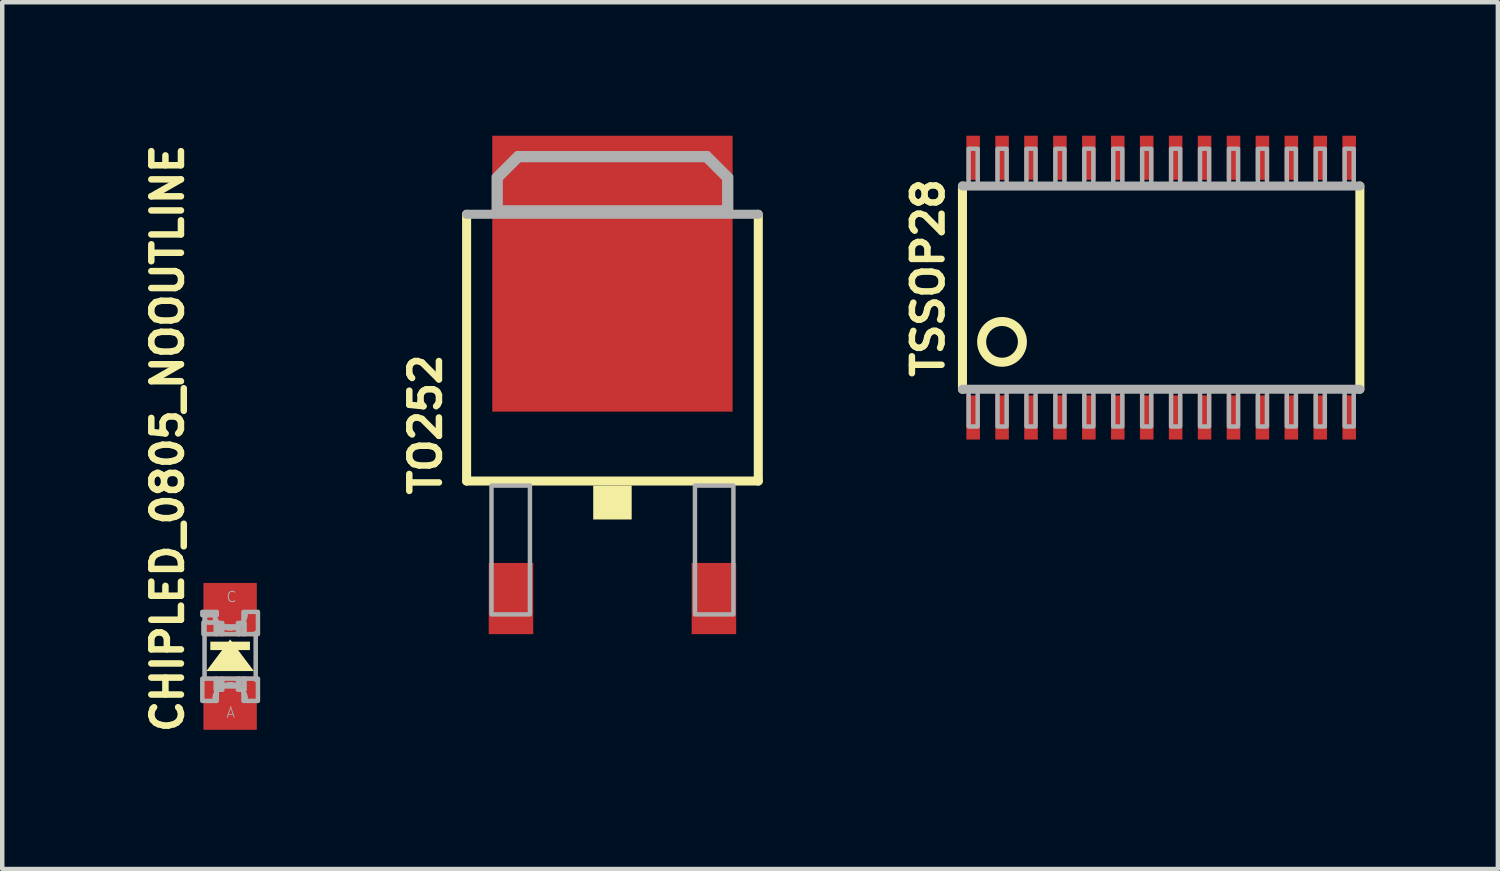
<source format=kicad_pcb>
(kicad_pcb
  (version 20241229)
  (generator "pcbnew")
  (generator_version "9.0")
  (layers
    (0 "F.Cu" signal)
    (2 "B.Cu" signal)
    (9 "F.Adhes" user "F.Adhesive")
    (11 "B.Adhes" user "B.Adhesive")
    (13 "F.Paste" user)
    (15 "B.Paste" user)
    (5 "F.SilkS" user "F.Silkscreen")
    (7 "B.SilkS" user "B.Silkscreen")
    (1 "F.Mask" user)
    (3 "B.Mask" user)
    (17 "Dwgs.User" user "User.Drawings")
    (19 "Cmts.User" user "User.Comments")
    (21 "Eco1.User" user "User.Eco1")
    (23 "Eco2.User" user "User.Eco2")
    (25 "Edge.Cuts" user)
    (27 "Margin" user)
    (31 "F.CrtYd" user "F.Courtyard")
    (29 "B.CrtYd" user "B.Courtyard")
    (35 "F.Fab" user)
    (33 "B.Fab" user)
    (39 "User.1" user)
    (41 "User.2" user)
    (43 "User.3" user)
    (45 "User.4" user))
  (footprint "TSSOP28"
    (layer "F.Cu")
    (at 23.042 3.413)
    (property "Reference" "TSSOP28" (at -4.846 2.083 90) (layer "F.SilkS") (effects (font (size 0.666 0.666) (thickness 0.146)) (justify left bottom)))
    (fp_line (start -4.465 2.283) (end -4.465 -2.283) (stroke (width 0.203) (type solid)) (layer "F.SilkS"))
    (fp_line (start 4.465 -2.283) (end 4.465 2.283) (stroke (width 0.203) (type solid)) (layer "F.SilkS"))
    (fp_circle (center -3.576 1.219) (end -3.118 1.219) (stroke (width 0.203) (type solid)) (fill no) (layer "F.SilkS"))
    (fp_line (start -4.465 2.283) (end 4.465 2.283) (stroke (width 0.203) (type solid)) (layer "F.Fab"))
    (fp_line (start 4.465 -2.283) (end -4.465 -2.283) (stroke (width 0.203) (type solid)) (layer "F.Fab"))
    (fp_poly (pts (xy -4.327 -2.283) (xy -4.123 -2.283) (xy -4.123 -3.121) (xy -4.327 -3.121)) (stroke (width 0.1) (type default)) (fill no) (layer "F.Fab"))
    (fp_poly (pts (xy -4.327 3.121) (xy -4.123 3.121) (xy -4.123 2.283) (xy -4.327 2.283)) (stroke (width 0.1) (type default)) (fill no) (layer "F.Fab"))
    (fp_poly (pts (xy -3.677 -2.283) (xy -3.473 -2.283) (xy -3.473 -3.121) (xy -3.677 -3.121)) (stroke (width 0.1) (type default)) (fill no) (layer "F.Fab"))
    (fp_poly (pts (xy -3.677 3.121) (xy -3.473 3.121) (xy -3.473 2.283) (xy -3.677 2.283)) (stroke (width 0.1) (type default)) (fill no) (layer "F.Fab"))
    (fp_poly (pts (xy -3.027 -2.283) (xy -2.823 -2.283) (xy -2.823 -3.121) (xy -3.027 -3.121)) (stroke (width 0.1) (type default)) (fill no) (layer "F.Fab"))
    (fp_poly (pts (xy -3.027 3.121) (xy -2.823 3.121) (xy -2.823 2.283) (xy -3.027 2.283)) (stroke (width 0.1) (type default)) (fill no) (layer "F.Fab"))
    (fp_poly (pts (xy -2.377 -2.283) (xy -2.173 -2.283) (xy -2.173 -3.121) (xy -2.377 -3.121)) (stroke (width 0.1) (type default)) (fill no) (layer "F.Fab"))
    (fp_poly (pts (xy -2.377 3.121) (xy -2.173 3.121) (xy -2.173 2.283) (xy -2.377 2.283)) (stroke (width 0.1) (type default)) (fill no) (layer "F.Fab"))
    (fp_poly (pts (xy -1.727 -2.283) (xy -1.523 -2.283) (xy -1.523 -3.121) (xy -1.727 -3.121)) (stroke (width 0.1) (type default)) (fill no) (layer "F.Fab"))
    (fp_poly (pts (xy -1.727 3.121) (xy -1.523 3.121) (xy -1.523 2.283) (xy -1.727 2.283)) (stroke (width 0.1) (type default)) (fill no) (layer "F.Fab"))
    (fp_poly (pts (xy -1.077 -2.283) (xy -0.873 -2.283) (xy -0.873 -3.121) (xy -1.077 -3.121)) (stroke (width 0.1) (type default)) (fill no) (layer "F.Fab"))
    (fp_poly (pts (xy -1.077 3.121) (xy -0.873 3.121) (xy -0.873 2.283) (xy -1.077 2.283)) (stroke (width 0.1) (type default)) (fill no) (layer "F.Fab"))
    (fp_poly (pts (xy -0.427 -2.283) (xy -0.223 -2.283) (xy -0.223 -3.121) (xy -0.427 -3.121)) (stroke (width 0.1) (type default)) (fill no) (layer "F.Fab"))
    (fp_poly (pts (xy -0.427 3.121) (xy -0.223 3.121) (xy -0.223 2.283) (xy -0.427 2.283)) (stroke (width 0.1) (type default)) (fill no) (layer "F.Fab"))
    (fp_poly (pts (xy 0.223 -2.283) (xy 0.427 -2.283) (xy 0.427 -3.121) (xy 0.223 -3.121)) (stroke (width 0.1) (type default)) (fill no) (layer "F.Fab"))
    (fp_poly (pts (xy 0.223 3.121) (xy 0.427 3.121) (xy 0.427 2.283) (xy 0.223 2.283)) (stroke (width 0.1) (type default)) (fill no) (layer "F.Fab"))
    (fp_poly (pts (xy 0.873 -2.283) (xy 1.077 -2.283) (xy 1.077 -3.121) (xy 0.873 -3.121)) (stroke (width 0.1) (type default)) (fill no) (layer "F.Fab"))
    (fp_poly (pts (xy 0.873 3.121) (xy 1.077 3.121) (xy 1.077 2.283) (xy 0.873 2.283)) (stroke (width 0.1) (type default)) (fill no) (layer "F.Fab"))
    (fp_poly (pts (xy 1.523 -2.283) (xy 1.727 -2.283) (xy 1.727 -3.121) (xy 1.523 -3.121)) (stroke (width 0.1) (type default)) (fill no) (layer "F.Fab"))
    (fp_poly (pts (xy 1.523 3.121) (xy 1.727 3.121) (xy 1.727 2.283) (xy 1.523 2.283)) (stroke (width 0.1) (type default)) (fill no) (layer "F.Fab"))
    (fp_poly (pts (xy 2.173 -2.283) (xy 2.377 -2.283) (xy 2.377 -3.121) (xy 2.173 -3.121)) (stroke (width 0.1) (type default)) (fill no) (layer "F.Fab"))
    (fp_poly (pts (xy 2.173 3.121) (xy 2.377 3.121) (xy 2.377 2.283) (xy 2.173 2.283)) (stroke (width 0.1) (type default)) (fill no) (layer "F.Fab"))
    (fp_poly (pts (xy 2.823 -2.283) (xy 3.027 -2.283) (xy 3.027 -3.121) (xy 2.823 -3.121)) (stroke (width 0.1) (type default)) (fill no) (layer "F.Fab"))
    (fp_poly (pts (xy 2.823 3.121) (xy 3.027 3.121) (xy 3.027 2.283) (xy 2.823 2.283)) (stroke (width 0.1) (type default)) (fill no) (layer "F.Fab"))
    (fp_poly (pts (xy 3.473 -2.283) (xy 3.677 -2.283) (xy 3.677 -3.121) (xy 3.473 -3.121)) (stroke (width 0.1) (type default)) (fill no) (layer "F.Fab"))
    (fp_poly (pts (xy 3.473 3.121) (xy 3.677 3.121) (xy 3.677 2.283) (xy 3.473 2.283)) (stroke (width 0.1) (type default)) (fill no) (layer "F.Fab"))
    (fp_poly (pts (xy 4.123 -2.283) (xy 4.327 -2.283) (xy 4.327 -3.121) (xy 4.123 -3.121)) (stroke (width 0.1) (type default)) (fill no) (layer "F.Fab"))
    (fp_poly (pts (xy 4.123 3.121) (xy 4.327 3.121) (xy 4.327 2.283) (xy 4.123 2.283)) (stroke (width 0.1) (type default)) (fill no) (layer "F.Fab"))
    (pad "1" smd rect (at -4.225 2.918) (size 0.305 0.991) (layers "F.Cu" "F.Mask" "F.Paste"))
    (pad "2" smd rect (at -3.575 2.918) (size 0.305 0.991) (layers "F.Cu" "F.Mask" "F.Paste"))
    (pad "3" smd rect (at -2.925 2.918) (size 0.305 0.991) (layers "F.Cu" "F.Mask" "F.Paste"))
    (pad "4" smd rect (at -2.275 2.918) (size 0.305 0.991) (layers "F.Cu" "F.Mask" "F.Paste"))
    (pad "5" smd rect (at -1.625 2.918) (size 0.305 0.991) (layers "F.Cu" "F.Mask" "F.Paste"))
    (pad "6" smd rect (at -0.975 2.918) (size 0.305 0.991) (layers "F.Cu" "F.Mask" "F.Paste"))
    (pad "7" smd rect (at -0.325 2.918) (size 0.305 0.991) (layers "F.Cu" "F.Mask" "F.Paste"))
    (pad "8" smd rect (at 0.325 2.918) (size 0.305 0.991) (layers "F.Cu" "F.Mask" "F.Paste"))
    (pad "9" smd rect (at 0.975 2.918) (size 0.305 0.991) (layers "F.Cu" "F.Mask" "F.Paste"))
    (pad "10" smd rect (at 1.625 2.918) (size 0.305 0.991) (layers "F.Cu" "F.Mask" "F.Paste"))
    (pad "11" smd rect (at 2.275 2.918) (size 0.305 0.991) (layers "F.Cu" "F.Mask" "F.Paste"))
    (pad "12" smd rect (at 2.925 2.918) (size 0.305 0.991) (layers "F.Cu" "F.Mask" "F.Paste"))
    (pad "13" smd rect (at 3.575 2.918) (size 0.305 0.991) (layers "F.Cu" "F.Mask" "F.Paste"))
    (pad "14" smd rect (at 4.225 2.918) (size 0.305 0.991) (layers "F.Cu" "F.Mask" "F.Paste"))
    (pad "15" smd rect (at 4.225 -2.918) (size 0.305 0.991) (layers "F.Cu" "F.Mask" "F.Paste"))
    (pad "16" smd rect (at 3.575 -2.918) (size 0.305 0.991) (layers "F.Cu" "F.Mask" "F.Paste"))
    (pad "17" smd rect (at 2.925 -2.918) (size 0.305 0.991) (layers "F.Cu" "F.Mask" "F.Paste"))
    (pad "18" smd rect (at 2.275 -2.918) (size 0.305 0.991) (layers "F.Cu" "F.Mask" "F.Paste"))
    (pad "19" smd rect (at 1.625 -2.918) (size 0.305 0.991) (layers "F.Cu" "F.Mask" "F.Paste"))
    (pad "20" smd rect (at 0.975 -2.918) (size 0.305 0.991) (layers "F.Cu" "F.Mask" "F.Paste"))
    (pad "21" smd rect (at 0.325 -2.918) (size 0.305 0.991) (layers "F.Cu" "F.Mask" "F.Paste"))
    (pad "22" smd rect (at -0.325 -2.918) (size 0.305 0.991) (layers "F.Cu" "F.Mask" "F.Paste"))
    (pad "23" smd rect (at -0.975 -2.918) (size 0.305 0.991) (layers "F.Cu" "F.Mask" "F.Paste"))
    (pad "24" smd rect (at -1.625 -2.918) (size 0.305 0.991) (layers "F.Cu" "F.Mask" "F.Paste"))
    (pad "25" smd rect (at -2.275 -2.918) (size 0.305 0.991) (layers "F.Cu" "F.Mask" "F.Paste"))
    (pad "26" smd rect (at -2.925 -2.918) (size 0.305 0.991) (layers "F.Cu" "F.Mask" "F.Paste"))
    (pad "27" smd rect (at -3.575 -2.918) (size 0.305 0.991) (layers "F.Cu" "F.Mask" "F.Paste"))
    (pad "28" smd rect (at -4.225 -2.918) (size 0.305 0.991) (layers "F.Cu" "F.Mask" "F.Paste")))
  (footprint "TO252"
    (layer "F.Cu")
    (at 10.712 5.6)
    (property "Reference" "TO252" (at -3.81 2.54 90) (layer "F.SilkS") (effects (font (size 0.666 0.666) (thickness 0.146)) (justify left bottom)))
    (fp_line (start -3.277 2.159) (end -3.277 -3.835) (stroke (width 0.203) (type solid)) (layer "F.SilkS"))
    (fp_line (start 3.277 -3.835) (end 3.277 2.159) (stroke (width 0.203) (type solid)) (layer "F.SilkS"))
    (fp_line (start 3.277 2.159) (end -3.277 2.159) (stroke (width 0.203) (type solid)) (layer "F.SilkS"))
    (fp_poly (pts (xy -0.432 3.023) (xy 0.432 3.023) (xy 0.432 2.261) (xy -0.432 2.261)) (stroke (width 0) (type default)) (fill yes) (layer "F.SilkS"))
    (fp_line (start -3.277 -3.835) (end 3.277 -3.835) (stroke (width 0.203) (type solid)) (layer "F.Fab"))
    (fp_line (start -2.565 -4.648) (end -2.108 -5.105) (stroke (width 0.203) (type solid)) (layer "F.Fab"))
    (fp_line (start -2.565 -3.937) (end -2.565 -4.648) (stroke (width 0.203) (type solid)) (layer "F.Fab"))
    (fp_line (start -2.108 -5.105) (end 2.108 -5.105) (stroke (width 0.203) (type solid)) (layer "F.Fab"))
    (fp_line (start 2.108 -5.105) (end 2.565 -4.648) (stroke (width 0.203) (type solid)) (layer "F.Fab"))
    (fp_line (start 2.565 -4.648) (end 2.565 -3.937) (stroke (width 0.203) (type solid)) (layer "F.Fab"))
    (fp_line (start 2.565 -3.937) (end -2.565 -3.937) (stroke (width 0.203) (type solid)) (layer "F.Fab"))
    (fp_poly (pts (xy -2.718 5.156) (xy -1.854 5.156) (xy -1.854 2.261) (xy -2.718 2.261)) (stroke (width 0.1) (type default)) (fill no) (layer "F.Fab"))
    (fp_poly (pts (xy 1.854 5.156) (xy 2.718 5.156) (xy 2.718 2.261) (xy 1.854 2.261)) (stroke (width 0.1) (type default)) (fill no) (layer "F.Fab"))
    (fp_poly (pts (xy 2.667 -4.69) (xy 2.667 -3.835) (xy -2.667 -3.835) (xy -2.667 -4.69) (xy -2.15 -5.207) (xy 2.15 -5.207)) (stroke (width 0.1) (type default)) (fill no) (layer "F.Fab"))
    (pad "1" smd rect (at -2.28 4.8) (size 1 1.6) (layers "F.Cu" "F.Mask" "F.Paste"))
    (pad "2" smd rect (at 2.28 4.8) (size 1 1.6) (layers "F.Cu" "F.Mask" "F.Paste"))
    (pad "3" smd rect (at 0 -2.5) (size 5.4 6.2) (layers "F.Cu" "F.Mask" "F.Paste")))
  (footprint "CHIPLED_0805_NOOUTLINE"
    (layer "F.Cu")
    (at 2.121 11.699)
    (property "Reference" "CHIPLED_0805_NOOUTLINE" (at -1.016 1.778 90) (layer "F.SilkS") (effects (font (size 0.666 0.666) (thickness 0.146)) (justify left bottom)))
    (fp_poly (pts (xy 0.533 0.33) (xy -0.533 0.33) (xy 0 -0.381)) (stroke (width 0) (type default)) (fill yes) (layer "F.SilkS"))
    (fp_poly (pts (xy -0.445 -0.141) (xy 0.445 -0.141) (xy 0.445 -0.331) (xy -0.445 -0.331)) (stroke (width 0) (type default)) (fill yes) (layer "F.SilkS"))
    (fp_line (start -0.575 0.5) (end -0.575 -0.925) (stroke (width 0.102) (type solid)) (layer "F.Fab"))
    (fp_line (start 0.575 -0.525) (end 0.575 0.525) (stroke (width 0.102) (type solid)) (layer "F.Fab"))
    (fp_arc (start -0.35 0.925) (mid -0.000001 0.625027) (end 0.35 0.924998) (stroke (width 0.1016) (type solid)) (layer "F.Fab"))
    (fp_arc (start 0.35 -0.924998) (mid -0.000001 -0.625027) (end -0.35 -0.925) (stroke (width 0.1016) (type solid)) (layer "F.Fab"))
    (fp_circle (center -0.45 -0.85) (end -0.347 -0.85) (stroke (width 0.076) (type solid)) (fill no) (layer "F.Fab"))
    (fp_poly (pts (xy -0.625 -0.925) (xy -0.3 -0.925) (xy -0.3 -1) (xy -0.625 -1)) (stroke (width 0.1) (type default)) (fill no) (layer "F.Fab"))
    (fp_poly (pts (xy -0.625 1) (xy -0.3 1) (xy -0.3 0.5) (xy -0.625 0.5)) (stroke (width 0.1) (type default)) (fill no) (layer "F.Fab"))
    (fp_poly (pts (xy -0.6 -0.5) (xy -0.3 -0.5) (xy -0.3 -0.762) (xy -0.6 -0.762)) (stroke (width 0.1) (type default)) (fill no) (layer "F.Fab"))
    (fp_poly (pts (xy -0.325 -0.5) (xy -0.175 -0.5) (xy -0.175 -0.75) (xy -0.325 -0.75)) (stroke (width 0.1) (type default)) (fill no) (layer "F.Fab"))
    (fp_poly (pts (xy -0.325 0.75) (xy -0.175 0.75) (xy -0.175 0.5) (xy -0.325 0.5)) (stroke (width 0.1) (type default)) (fill no) (layer "F.Fab"))
    (fp_poly (pts (xy -0.2 -0.5) (xy 0.2 -0.5) (xy 0.2 -0.675) (xy -0.2 -0.675)) (stroke (width 0.1) (type default)) (fill no) (layer "F.Fab"))
    (fp_poly (pts (xy -0.2 0.675) (xy 0.2 0.675) (xy 0.2 0.5) (xy -0.2 0.5)) (stroke (width 0.1) (type default)) (fill no) (layer "F.Fab"))
    (fp_poly (pts (xy 0.175 -0.5) (xy 0.325 -0.5) (xy 0.325 -0.75) (xy 0.175 -0.75)) (stroke (width 0.1) (type default)) (fill no) (layer "F.Fab"))
    (fp_poly (pts (xy 0.175 0.75) (xy 0.325 0.75) (xy 0.325 0.5) (xy 0.175 0.5)) (stroke (width 0.1) (type default)) (fill no) (layer "F.Fab"))
    (fp_poly (pts (xy 0.3 -0.5) (xy 0.625 -0.5) (xy 0.625 -1) (xy 0.3 -1)) (stroke (width 0.1) (type default)) (fill no) (layer "F.Fab"))
    (fp_poly (pts (xy 0.3 1) (xy 0.625 1) (xy 0.625 0.5) (xy 0.3 0.5)) (stroke (width 0.1) (type default)) (fill no) (layer "F.Fab"))
    (fp_text user "C" (at -0.1 -1.2 0) (layer "F.Fab") (effects (font (size 0.234 0.234) (thickness 0.02)) (justify left bottom)))
    (fp_text user "A" (at -0.1 1.4 0) (layer "F.Fab") (effects (font (size 0.234 0.234) (thickness 0.02)) (justify left bottom)))
    (pad "A" smd rect (at 0 1.05) (size 1.2 1.2) (layers "F.Cu" "F.Mask" "F.Paste"))
    (pad "C" smd rect (at 0 -1.05) (size 1.2 1.2) (layers "F.Cu" "F.Mask" "F.Paste")))
  (gr_rect
    (start -3 -3)
    (end 30.608 16.477)
    (stroke (width 0.1) (type default))
    (fill no)
    (layer "Edge.Cuts")))
</source>
